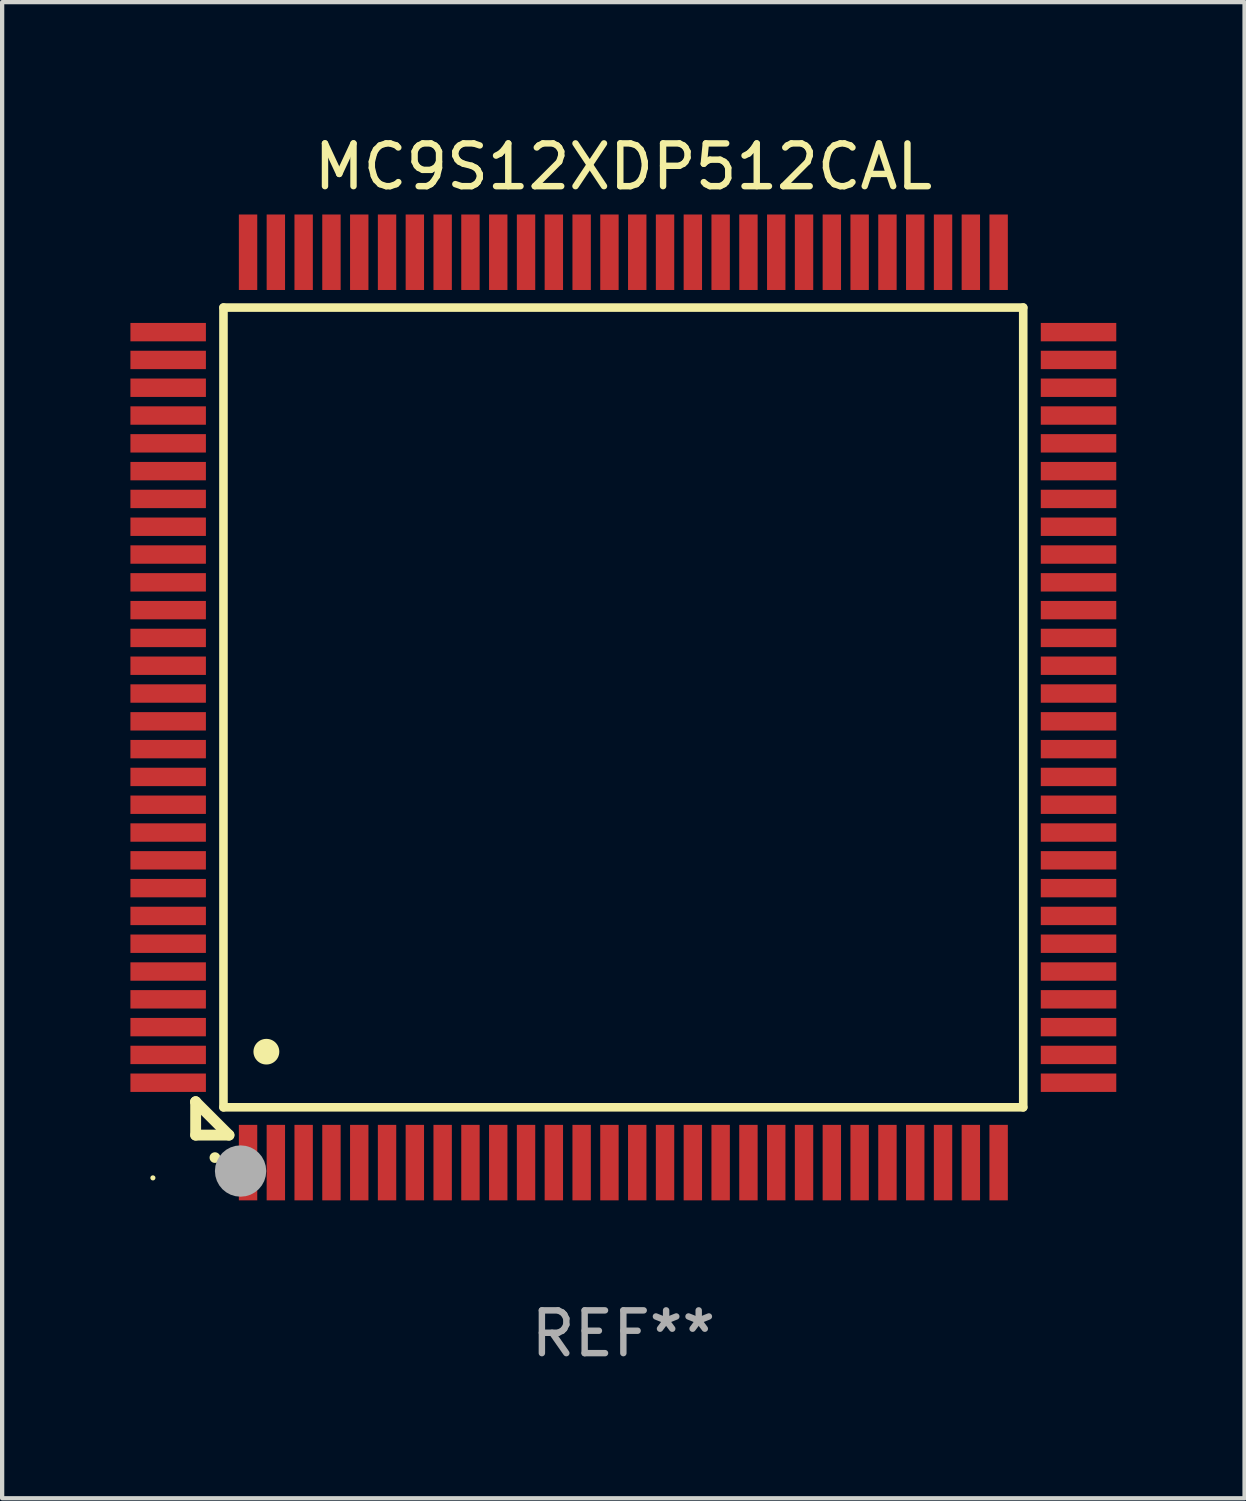
<source format=kicad_pcb>
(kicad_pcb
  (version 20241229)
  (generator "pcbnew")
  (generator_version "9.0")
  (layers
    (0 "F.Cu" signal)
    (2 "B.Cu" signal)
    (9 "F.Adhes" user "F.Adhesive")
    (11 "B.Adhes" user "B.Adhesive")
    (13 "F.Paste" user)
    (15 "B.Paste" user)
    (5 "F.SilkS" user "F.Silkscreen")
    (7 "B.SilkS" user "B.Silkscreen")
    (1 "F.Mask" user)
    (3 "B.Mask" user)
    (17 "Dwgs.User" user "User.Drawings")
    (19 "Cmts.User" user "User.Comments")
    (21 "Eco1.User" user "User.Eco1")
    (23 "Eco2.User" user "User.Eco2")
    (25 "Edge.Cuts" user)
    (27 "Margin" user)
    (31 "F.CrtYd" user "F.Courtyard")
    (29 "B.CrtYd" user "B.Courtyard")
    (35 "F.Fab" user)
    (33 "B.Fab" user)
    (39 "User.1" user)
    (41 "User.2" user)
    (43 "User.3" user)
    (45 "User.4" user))
  (footprint "MC9S12XDP512CAL"
    (layer "F.Cu")
    (at 11.525 13.491)
    (property "Reference" "MC9S12XDP512CAL" (at 0 -12.643 0) (layer "F.SilkS") (effects (font (size 1 1) (thickness 0.15))))
    (attr through_hole)
    (fp_line (start -10 9.221) (end -10 9.221) (stroke (width 0.254) (type solid)) (layer "F.SilkS"))
    (fp_line (start -10 9.221) (end -10 10) (stroke (width 0.254) (type solid)) (layer "F.SilkS"))
    (fp_line (start -10 9.221) (end -9.221 10) (stroke (width 0.254) (type solid)) (layer "F.SilkS"))
    (fp_line (start -10 10) (end -9.221 10) (stroke (width 0.254) (type solid)) (layer "F.SilkS"))
    (fp_line (start -9.35 -9.35) (end -9.35 9.35) (stroke (width 0.201) (type solid)) (layer "F.SilkS"))
    (fp_line (start -9.35 9.35) (end 9.35 9.35) (stroke (width 0.201) (type solid)) (layer "F.SilkS"))
    (fp_line (start 9.35 -9.35) (end -9.35 -9.35) (stroke (width 0.201) (type solid)) (layer "F.SilkS"))
    (fp_line (start 9.35 9.35) (end 9.35 -9.35) (stroke (width 0.201) (type solid)) (layer "F.SilkS"))
    (fp_arc (start -9.550546 10.525832) (mid -9.549276 10.525826) (end -9.548006 10.525832) (stroke (width 0.24892) (type solid)) (layer "F.SilkS"))
    (fp_arc (start -8.349124 8.049327) (mid -8.346584 8.049316) (end -8.344044 8.049327) (stroke (width 0.599441) (type solid)) (layer "F.SilkS"))
    (fp_circle (center -11 11) (end -10.97 11) (stroke (width 0.06) (type solid)) (fill no) (layer "F.SilkS"))
    (fp_circle (center -8.95 10.84) (end -8.65 10.84) (stroke (width 0.6) (type solid)) (fill no) (layer "F.Fab"))
    (fp_text user "REF**" (at 0 14.643 0) (layer "F.Fab") (effects (font (size 1 1) (thickness 0.15))))
    (pad "1" smd rect (at -8.775 10.643) (size 0.43 1.765) (layers "F.Cu" "F.Mask" "F.Paste"))
    (pad "2" smd rect (at -8.125 10.643) (size 0.43 1.765) (layers "F.Cu" "F.Mask" "F.Paste"))
    (pad "3" smd rect (at -7.475 10.643) (size 0.43 1.765) (layers "F.Cu" "F.Mask" "F.Paste"))
    (pad "4" smd rect (at -6.825 10.643) (size 0.43 1.765) (layers "F.Cu" "F.Mask" "F.Paste"))
    (pad "5" smd rect (at -6.175 10.643) (size 0.43 1.765) (layers "F.Cu" "F.Mask" "F.Paste"))
    (pad "6" smd rect (at -5.525 10.643) (size 0.43 1.765) (layers "F.Cu" "F.Mask" "F.Paste"))
    (pad "7" smd rect (at -4.875 10.643) (size 0.43 1.765) (layers "F.Cu" "F.Mask" "F.Paste"))
    (pad "8" smd rect (at -4.225 10.643) (size 0.43 1.765) (layers "F.Cu" "F.Mask" "F.Paste"))
    (pad "9" smd rect (at -3.575 10.643) (size 0.43 1.765) (layers "F.Cu" "F.Mask" "F.Paste"))
    (pad "10" smd rect (at -2.925 10.643) (size 0.43 1.765) (layers "F.Cu" "F.Mask" "F.Paste"))
    (pad "11" smd rect (at -2.275 10.643) (size 0.43 1.765) (layers "F.Cu" "F.Mask" "F.Paste"))
    (pad "12" smd rect (at -1.625 10.643) (size 0.43 1.765) (layers "F.Cu" "F.Mask" "F.Paste"))
    (pad "13" smd rect (at -0.975 10.643) (size 0.43 1.765) (layers "F.Cu" "F.Mask" "F.Paste"))
    (pad "14" smd rect (at -0.325 10.643) (size 0.43 1.765) (layers "F.Cu" "F.Mask" "F.Paste"))
    (pad "15" smd rect (at 0.325 10.643) (size 0.43 1.765) (layers "F.Cu" "F.Mask" "F.Paste"))
    (pad "16" smd rect (at 0.975 10.643) (size 0.43 1.765) (layers "F.Cu" "F.Mask" "F.Paste"))
    (pad "17" smd rect (at 1.625 10.643) (size 0.43 1.765) (layers "F.Cu" "F.Mask" "F.Paste"))
    (pad "18" smd rect (at 2.275 10.643) (size 0.43 1.765) (layers "F.Cu" "F.Mask" "F.Paste"))
    (pad "19" smd rect (at 2.925 10.643) (size 0.43 1.765) (layers "F.Cu" "F.Mask" "F.Paste"))
    (pad "20" smd rect (at 3.575 10.643) (size 0.43 1.765) (layers "F.Cu" "F.Mask" "F.Paste"))
    (pad "21" smd rect (at 4.225 10.643) (size 0.43 1.765) (layers "F.Cu" "F.Mask" "F.Paste"))
    (pad "22" smd rect (at 4.875 10.643) (size 0.43 1.765) (layers "F.Cu" "F.Mask" "F.Paste"))
    (pad "23" smd rect (at 5.525 10.643) (size 0.43 1.765) (layers "F.Cu" "F.Mask" "F.Paste"))
    (pad "24" smd rect (at 6.175 10.643) (size 0.43 1.765) (layers "F.Cu" "F.Mask" "F.Paste"))
    (pad "25" smd rect (at 6.825 10.643) (size 0.43 1.765) (layers "F.Cu" "F.Mask" "F.Paste"))
    (pad "26" smd rect (at 7.475 10.643) (size 0.43 1.765) (layers "F.Cu" "F.Mask" "F.Paste"))
    (pad "27" smd rect (at 8.125 10.643) (size 0.43 1.765) (layers "F.Cu" "F.Mask" "F.Paste"))
    (pad "28" smd rect (at 8.775 10.643) (size 0.43 1.765) (layers "F.Cu" "F.Mask" "F.Paste"))
    (pad "29" smd rect (at 10.643 8.775) (size 1.765 0.43) (layers "F.Cu" "F.Mask" "F.Paste"))
    (pad "30" smd rect (at 10.643 8.125) (size 1.765 0.43) (layers "F.Cu" "F.Mask" "F.Paste"))
    (pad "31" smd rect (at 10.643 7.475) (size 1.765 0.43) (layers "F.Cu" "F.Mask" "F.Paste"))
    (pad "32" smd rect (at 10.643 6.825) (size 1.765 0.43) (layers "F.Cu" "F.Mask" "F.Paste"))
    (pad "33" smd rect (at 10.643 6.175) (size 1.765 0.43) (layers "F.Cu" "F.Mask" "F.Paste"))
    (pad "34" smd rect (at 10.643 5.525) (size 1.765 0.43) (layers "F.Cu" "F.Mask" "F.Paste"))
    (pad "35" smd rect (at 10.643 4.875) (size 1.765 0.43) (layers "F.Cu" "F.Mask" "F.Paste"))
    (pad "36" smd rect (at 10.643 4.225) (size 1.765 0.43) (layers "F.Cu" "F.Mask" "F.Paste"))
    (pad "37" smd rect (at 10.643 3.575) (size 1.765 0.43) (layers "F.Cu" "F.Mask" "F.Paste"))
    (pad "38" smd rect (at 10.643 2.925) (size 1.765 0.43) (layers "F.Cu" "F.Mask" "F.Paste"))
    (pad "39" smd rect (at 10.643 2.275) (size 1.765 0.43) (layers "F.Cu" "F.Mask" "F.Paste"))
    (pad "40" smd rect (at 10.643 1.625) (size 1.765 0.43) (layers "F.Cu" "F.Mask" "F.Paste"))
    (pad "41" smd rect (at 10.643 0.975) (size 1.765 0.43) (layers "F.Cu" "F.Mask" "F.Paste"))
    (pad "42" smd rect (at 10.643 0.325) (size 1.765 0.43) (layers "F.Cu" "F.Mask" "F.Paste"))
    (pad "43" smd rect (at 10.643 -0.325) (size 1.765 0.43) (layers "F.Cu" "F.Mask" "F.Paste"))
    (pad "44" smd rect (at 10.643 -0.975) (size 1.765 0.43) (layers "F.Cu" "F.Mask" "F.Paste"))
    (pad "45" smd rect (at 10.643 -1.625) (size 1.765 0.43) (layers "F.Cu" "F.Mask" "F.Paste"))
    (pad "46" smd rect (at 10.643 -2.275) (size 1.765 0.43) (layers "F.Cu" "F.Mask" "F.Paste"))
    (pad "47" smd rect (at 10.643 -2.925) (size 1.765 0.43) (layers "F.Cu" "F.Mask" "F.Paste"))
    (pad "48" smd rect (at 10.643 -3.575) (size 1.765 0.43) (layers "F.Cu" "F.Mask" "F.Paste"))
    (pad "49" smd rect (at 10.643 -4.225) (size 1.765 0.43) (layers "F.Cu" "F.Mask" "F.Paste"))
    (pad "50" smd rect (at 10.643 -4.875) (size 1.765 0.43) (layers "F.Cu" "F.Mask" "F.Paste"))
    (pad "51" smd rect (at 10.643 -5.525) (size 1.765 0.43) (layers "F.Cu" "F.Mask" "F.Paste"))
    (pad "52" smd rect (at 10.643 -6.175) (size 1.765 0.43) (layers "F.Cu" "F.Mask" "F.Paste"))
    (pad "53" smd rect (at 10.643 -6.825) (size 1.765 0.43) (layers "F.Cu" "F.Mask" "F.Paste"))
    (pad "54" smd rect (at 10.643 -7.475) (size 1.765 0.43) (layers "F.Cu" "F.Mask" "F.Paste"))
    (pad "55" smd rect (at 10.643 -8.125) (size 1.765 0.43) (layers "F.Cu" "F.Mask" "F.Paste"))
    (pad "56" smd rect (at 10.643 -8.775) (size 1.765 0.43) (layers "F.Cu" "F.Mask" "F.Paste"))
    (pad "57" smd rect (at 8.775 -10.643) (size 0.43 1.765) (layers "F.Cu" "F.Mask" "F.Paste"))
    (pad "58" smd rect (at 8.125 -10.643) (size 0.43 1.765) (layers "F.Cu" "F.Mask" "F.Paste"))
    (pad "59" smd rect (at 7.475 -10.643) (size 0.43 1.765) (layers "F.Cu" "F.Mask" "F.Paste"))
    (pad "60" smd rect (at 6.825 -10.643) (size 0.43 1.765) (layers "F.Cu" "F.Mask" "F.Paste"))
    (pad "61" smd rect (at 6.175 -10.643) (size 0.43 1.765) (layers "F.Cu" "F.Mask" "F.Paste"))
    (pad "62" smd rect (at 5.525 -10.643) (size 0.43 1.765) (layers "F.Cu" "F.Mask" "F.Paste"))
    (pad "63" smd rect (at 4.875 -10.643) (size 0.43 1.765) (layers "F.Cu" "F.Mask" "F.Paste"))
    (pad "64" smd rect (at 4.225 -10.643) (size 0.43 1.765) (layers "F.Cu" "F.Mask" "F.Paste"))
    (pad "65" smd rect (at 3.575 -10.643) (size 0.43 1.765) (layers "F.Cu" "F.Mask" "F.Paste"))
    (pad "66" smd rect (at 2.925 -10.643) (size 0.43 1.765) (layers "F.Cu" "F.Mask" "F.Paste"))
    (pad "67" smd rect (at 2.275 -10.643) (size 0.43 1.765) (layers "F.Cu" "F.Mask" "F.Paste"))
    (pad "68" smd rect (at 1.625 -10.643) (size 0.43 1.765) (layers "F.Cu" "F.Mask" "F.Paste"))
    (pad "69" smd rect (at 0.975 -10.643) (size 0.43 1.765) (layers "F.Cu" "F.Mask" "F.Paste"))
    (pad "70" smd rect (at 0.325 -10.643) (size 0.43 1.765) (layers "F.Cu" "F.Mask" "F.Paste"))
    (pad "71" smd rect (at -0.325 -10.643) (size 0.43 1.765) (layers "F.Cu" "F.Mask" "F.Paste"))
    (pad "72" smd rect (at -0.975 -10.643) (size 0.43 1.765) (layers "F.Cu" "F.Mask" "F.Paste"))
    (pad "73" smd rect (at -1.625 -10.643) (size 0.43 1.765) (layers "F.Cu" "F.Mask" "F.Paste"))
    (pad "74" smd rect (at -2.275 -10.643) (size 0.43 1.765) (layers "F.Cu" "F.Mask" "F.Paste"))
    (pad "75" smd rect (at -2.925 -10.643) (size 0.43 1.765) (layers "F.Cu" "F.Mask" "F.Paste"))
    (pad "76" smd rect (at -3.575 -10.643) (size 0.43 1.765) (layers "F.Cu" "F.Mask" "F.Paste"))
    (pad "77" smd rect (at -4.225 -10.643) (size 0.43 1.765) (layers "F.Cu" "F.Mask" "F.Paste"))
    (pad "78" smd rect (at -4.875 -10.643) (size 0.43 1.765) (layers "F.Cu" "F.Mask" "F.Paste"))
    (pad "79" smd rect (at -5.525 -10.643) (size 0.43 1.765) (layers "F.Cu" "F.Mask" "F.Paste"))
    (pad "80" smd rect (at -6.175 -10.643) (size 0.43 1.765) (layers "F.Cu" "F.Mask" "F.Paste"))
    (pad "81" smd rect (at -6.825 -10.643) (size 0.43 1.765) (layers "F.Cu" "F.Mask" "F.Paste"))
    (pad "82" smd rect (at -7.475 -10.643) (size 0.43 1.765) (layers "F.Cu" "F.Mask" "F.Paste"))
    (pad "83" smd rect (at -8.125 -10.643) (size 0.43 1.765) (layers "F.Cu" "F.Mask" "F.Paste"))
    (pad "84" smd rect (at -8.775 -10.643) (size 0.43 1.765) (layers "F.Cu" "F.Mask" "F.Paste"))
    (pad "85" smd rect (at -10.643 -8.775) (size 1.765 0.43) (layers "F.Cu" "F.Mask" "F.Paste"))
    (pad "86" smd rect (at -10.643 -8.125) (size 1.765 0.43) (layers "F.Cu" "F.Mask" "F.Paste"))
    (pad "87" smd rect (at -10.643 -7.475) (size 1.765 0.43) (layers "F.Cu" "F.Mask" "F.Paste"))
    (pad "88" smd rect (at -10.643 -6.825) (size 1.765 0.43) (layers "F.Cu" "F.Mask" "F.Paste"))
    (pad "89" smd rect (at -10.643 -6.175) (size 1.765 0.43) (layers "F.Cu" "F.Mask" "F.Paste"))
    (pad "90" smd rect (at -10.643 -5.525) (size 1.765 0.43) (layers "F.Cu" "F.Mask" "F.Paste"))
    (pad "91" smd rect (at -10.643 -4.875) (size 1.765 0.43) (layers "F.Cu" "F.Mask" "F.Paste"))
    (pad "92" smd rect (at -10.643 -4.225) (size 1.765 0.43) (layers "F.Cu" "F.Mask" "F.Paste"))
    (pad "93" smd rect (at -10.643 -3.575) (size 1.765 0.43) (layers "F.Cu" "F.Mask" "F.Paste"))
    (pad "94" smd rect (at -10.643 -2.925) (size 1.765 0.43) (layers "F.Cu" "F.Mask" "F.Paste"))
    (pad "95" smd rect (at -10.643 -2.275) (size 1.765 0.43) (layers "F.Cu" "F.Mask" "F.Paste"))
    (pad "96" smd rect (at -10.643 -1.625) (size 1.765 0.43) (layers "F.Cu" "F.Mask" "F.Paste"))
    (pad "97" smd rect (at -10.643 -0.975) (size 1.765 0.43) (layers "F.Cu" "F.Mask" "F.Paste"))
    (pad "98" smd rect (at -10.643 -0.325) (size 1.765 0.43) (layers "F.Cu" "F.Mask" "F.Paste"))
    (pad "99" smd rect (at -10.643 0.325) (size 1.765 0.43) (layers "F.Cu" "F.Mask" "F.Paste"))
    (pad "100" smd rect (at -10.643 0.975) (size 1.765 0.43) (layers "F.Cu" "F.Mask" "F.Paste"))
    (pad "101" smd rect (at -10.643 1.625) (size 1.765 0.43) (layers "F.Cu" "F.Mask" "F.Paste"))
    (pad "102" smd rect (at -10.643 2.275) (size 1.765 0.43) (layers "F.Cu" "F.Mask" "F.Paste"))
    (pad "103" smd rect (at -10.643 2.925) (size 1.765 0.43) (layers "F.Cu" "F.Mask" "F.Paste"))
    (pad "104" smd rect (at -10.643 3.575) (size 1.765 0.43) (layers "F.Cu" "F.Mask" "F.Paste"))
    (pad "105" smd rect (at -10.643 4.225) (size 1.765 0.43) (layers "F.Cu" "F.Mask" "F.Paste"))
    (pad "106" smd rect (at -10.643 4.875) (size 1.765 0.43) (layers "F.Cu" "F.Mask" "F.Paste"))
    (pad "107" smd rect (at -10.643 5.525) (size 1.765 0.43) (layers "F.Cu" "F.Mask" "F.Paste"))
    (pad "108" smd rect (at -10.643 6.175) (size 1.765 0.43) (layers "F.Cu" "F.Mask" "F.Paste"))
    (pad "109" smd rect (at -10.643 6.825) (size 1.765 0.43) (layers "F.Cu" "F.Mask" "F.Paste"))
    (pad "110" smd rect (at -10.643 7.475) (size 1.765 0.43) (layers "F.Cu" "F.Mask" "F.Paste"))
    (pad "111" smd rect (at -10.643 8.125) (size 1.765 0.43) (layers "F.Cu" "F.Mask" "F.Paste"))
    (pad "112" smd rect (at -10.643 8.775) (size 1.765 0.43) (layers "F.Cu" "F.Mask" "F.Paste")))
  (gr_rect
    (start -3 -3)
    (end 26.05 31.982)
    (stroke (width 0.1) (type default))
    (fill no)
    (layer "Edge.Cuts")))
</source>
